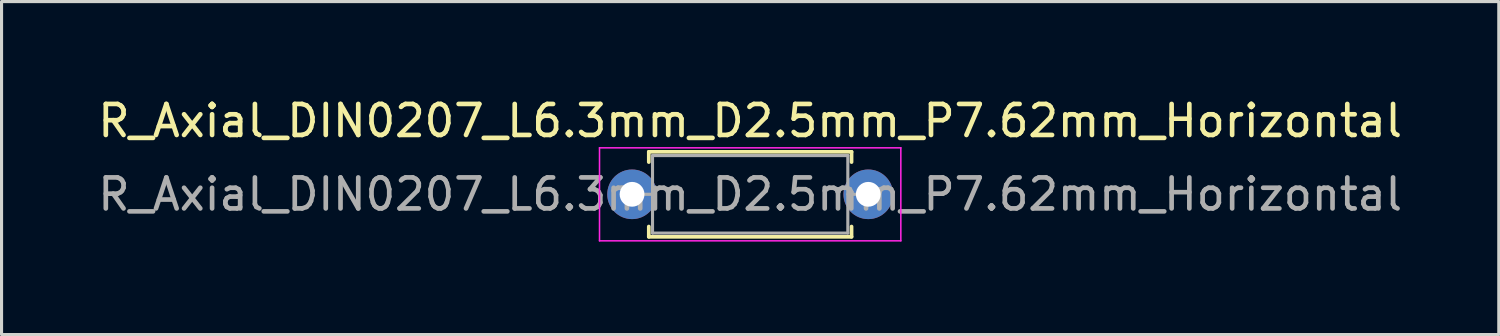
<source format=kicad_pcb>
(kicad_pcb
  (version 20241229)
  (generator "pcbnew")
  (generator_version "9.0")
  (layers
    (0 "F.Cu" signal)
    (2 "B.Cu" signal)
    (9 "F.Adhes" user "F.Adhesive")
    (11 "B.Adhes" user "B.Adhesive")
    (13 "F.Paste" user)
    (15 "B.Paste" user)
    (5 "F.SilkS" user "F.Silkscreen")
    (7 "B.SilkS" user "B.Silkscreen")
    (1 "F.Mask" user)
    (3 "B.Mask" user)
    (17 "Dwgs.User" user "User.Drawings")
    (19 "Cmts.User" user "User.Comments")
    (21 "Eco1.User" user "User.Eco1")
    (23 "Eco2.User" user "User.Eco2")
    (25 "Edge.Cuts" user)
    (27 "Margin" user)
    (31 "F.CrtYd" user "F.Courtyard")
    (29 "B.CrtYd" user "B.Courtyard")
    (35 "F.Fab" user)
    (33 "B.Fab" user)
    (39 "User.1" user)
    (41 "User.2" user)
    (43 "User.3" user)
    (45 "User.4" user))
  (footprint "R_Axial_DIN0207_L6.3mm_D2.5mm_P7.62mm_Horizontal"
    (layer "F.Cu")
    (at 17.339 3.218)
    (property "Reference" "R_Axial_DIN0207_L6.3mm_D2.5mm_P7.62mm_Horizontal" (at 3.81 -2.37 0) (layer "F.SilkS") (effects (font (size 1 1) (thickness 0.15))))
    (attr through_hole)
    (fp_line (start 0.54 -1.37) (end 7.08 -1.37) (stroke (width 0.12) (type solid)) (layer "F.SilkS"))
    (fp_line (start 0.54 -1.04) (end 0.54 -1.37) (stroke (width 0.12) (type solid)) (layer "F.SilkS"))
    (fp_line (start 0.54 1.04) (end 0.54 1.37) (stroke (width 0.12) (type solid)) (layer "F.SilkS"))
    (fp_line (start 0.54 1.37) (end 7.08 1.37) (stroke (width 0.12) (type solid)) (layer "F.SilkS"))
    (fp_line (start 7.08 -1.37) (end 7.08 -1.04) (stroke (width 0.12) (type solid)) (layer "F.SilkS"))
    (fp_line (start 7.08 1.37) (end 7.08 1.04) (stroke (width 0.12) (type solid)) (layer "F.SilkS"))
    (fp_line (start -1.05 -1.5) (end -1.05 1.5) (stroke (width 0.05) (type solid)) (layer "F.CrtYd"))
    (fp_line (start -1.05 1.5) (end 8.67 1.5) (stroke (width 0.05) (type solid)) (layer "F.CrtYd"))
    (fp_line (start 8.67 -1.5) (end -1.05 -1.5) (stroke (width 0.05) (type solid)) (layer "F.CrtYd"))
    (fp_line (start 8.67 1.5) (end 8.67 -1.5) (stroke (width 0.05) (type solid)) (layer "F.CrtYd"))
    (fp_line (start 0 0) (end 0.66 0) (stroke (width 0.1) (type solid)) (layer "F.Fab"))
    (fp_line (start 0.66 -1.25) (end 0.66 1.25) (stroke (width 0.1) (type solid)) (layer "F.Fab"))
    (fp_line (start 0.66 1.25) (end 6.96 1.25) (stroke (width 0.1) (type solid)) (layer "F.Fab"))
    (fp_line (start 6.96 -1.25) (end 0.66 -1.25) (stroke (width 0.1) (type solid)) (layer "F.Fab"))
    (fp_line (start 6.96 1.25) (end 6.96 -1.25) (stroke (width 0.1) (type solid)) (layer "F.Fab"))
    (fp_line (start 7.62 0) (end 6.96 0) (stroke (width 0.1) (type solid)) (layer "F.Fab"))
    (fp_text user "${REFERENCE}" (at 3.81 0 0) (layer "F.Fab") (effects (font (size 1 1) (thickness 0.15))))
    (pad "1" thru_hole circle (at 0 0) (size 1.6 1.6) (drill 0.8) (layers "*.Cu" "*.Mask"))
    (pad "2" thru_hole oval (at 7.62 0) (size 1.6 1.6) (drill 0.8) (layers "*.Cu" "*.Mask")))
  (gr_rect
    (start -3 -3)
    (end 45.298 7.743)
    (stroke (width 0.1) (type default))
    (fill no)
    (layer "Edge.Cuts")))
</source>
